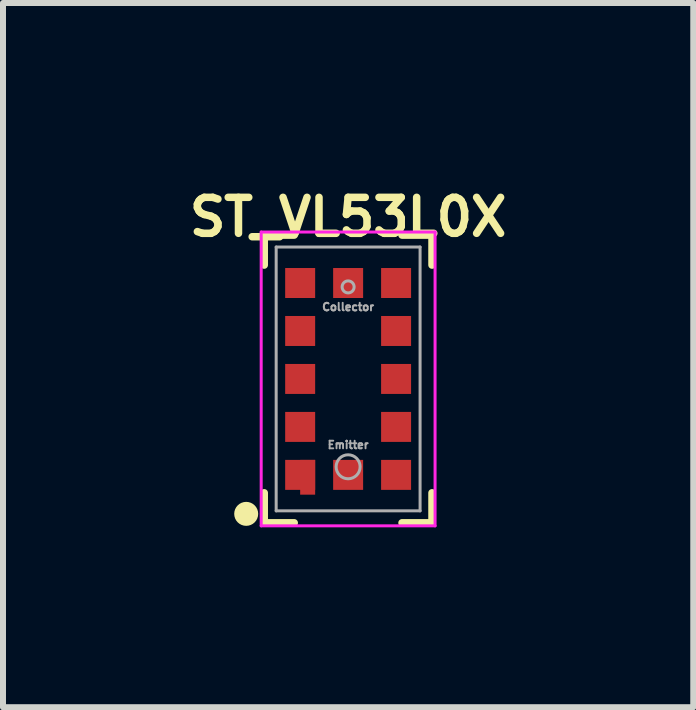
<source format=kicad_pcb>
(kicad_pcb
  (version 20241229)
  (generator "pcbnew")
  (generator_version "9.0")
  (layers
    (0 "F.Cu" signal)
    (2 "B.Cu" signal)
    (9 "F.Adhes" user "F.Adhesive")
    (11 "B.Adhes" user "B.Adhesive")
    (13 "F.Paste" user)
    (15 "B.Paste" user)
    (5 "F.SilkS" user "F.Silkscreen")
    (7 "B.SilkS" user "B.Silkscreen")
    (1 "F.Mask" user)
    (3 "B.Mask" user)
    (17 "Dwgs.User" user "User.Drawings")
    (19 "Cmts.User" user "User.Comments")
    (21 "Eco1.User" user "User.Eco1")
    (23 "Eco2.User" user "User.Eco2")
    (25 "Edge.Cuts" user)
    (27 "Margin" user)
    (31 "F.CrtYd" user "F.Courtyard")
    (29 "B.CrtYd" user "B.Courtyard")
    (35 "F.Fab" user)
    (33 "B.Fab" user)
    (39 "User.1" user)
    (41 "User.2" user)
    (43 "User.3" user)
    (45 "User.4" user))
  (footprint "ST_VL53L0X"
    (layer "F.Cu")
    (at 2.756 3.27)
    (property "Reference" "ST_VL53L0X" (at 0 -2.7 0) (layer "F.SilkS") (effects (font (size 0.6 0.6) (thickness 0.125))))
    (attr smd)
    (fp_line (start -1.4 -2.4) (end -1.4 -1.9) (stroke (width 0.127) (type solid)) (layer "F.SilkS"))
    (fp_line (start -1.4 1.9) (end -1.4 2.4) (stroke (width 0.127) (type solid)) (layer "F.SilkS"))
    (fp_line (start -1.4 2.4) (end -0.9 2.4) (stroke (width 0.127) (type solid)) (layer "F.SilkS"))
    (fp_line (start -0.9 -2.4) (end -1.4 -2.4) (stroke (width 0.127) (type solid)) (layer "F.SilkS"))
    (fp_line (start 0.9 -2.4) (end 1.4 -2.4) (stroke (width 0.127) (type solid)) (layer "F.SilkS"))
    (fp_line (start 0.9 2.4) (end 1.4 2.4) (stroke (width 0.127) (type solid)) (layer "F.SilkS"))
    (fp_line (start 1.4 -2.4) (end 1.4 -1.9) (stroke (width 0.127) (type solid)) (layer "F.SilkS"))
    (fp_line (start 1.4 2.4) (end 1.4 1.9) (stroke (width 0.127) (type solid)) (layer "F.SilkS"))
    (fp_circle (center -1.7 2.25) (end -1.6 2.25) (stroke (width 0.2) (type solid)) (fill no) (layer "F.SilkS"))
    (fp_line (start -1.45 -2.45) (end -1.45 2.45) (stroke (width 0.05) (type solid)) (layer "F.CrtYd"))
    (fp_line (start -1.45 -2.45) (end 1.45 -2.45) (stroke (width 0.05) (type solid)) (layer "F.CrtYd"))
    (fp_line (start -1.45 2.45) (end 1.45 2.45) (stroke (width 0.05) (type solid)) (layer "F.CrtYd"))
    (fp_line (start 1.45 2.45) (end 1.45 -2.45) (stroke (width 0.05) (type solid)) (layer "F.CrtYd"))
    (fp_line (start -1.2 -2.2) (end 1.2 -2.2) (stroke (width 0.05) (type solid)) (layer "F.Fab"))
    (fp_line (start -1.2 2.2) (end -1.2 -2.2) (stroke (width 0.05) (type solid)) (layer "F.Fab"))
    (fp_line (start 1.2 -2.2) (end 1.2 2.2) (stroke (width 0.05) (type solid)) (layer "F.Fab"))
    (fp_line (start 1.2 2.2) (end -1.2 2.2) (stroke (width 0.05) (type solid)) (layer "F.Fab"))
    (fp_circle (center 0 -1.535) (end 0.1 -1.535) (stroke (width 0.05) (type solid)) (fill no) (layer "F.Fab"))
    (fp_circle (center 0 1.465) (end 0.2 1.465) (stroke (width 0.05) (type solid)) (fill no) (layer "F.Fab"))
    (fp_text user "Collector" (at 0 -1.2 0) (layer "F.Fab") (effects (font (size 0.127 0.127) (thickness 0.032))))
    (fp_text user "Emitter" (at 0 1.1 0) (layer "F.Fab") (effects (font (size 0.127 0.127) (thickness 0.032))))
    (pad "1" smd rect (at -0.8 1.6) (size 0.5 0.5) (layers "F.Cu" "F.Mask" "F.Paste"))
    (pad "1" smd rect (at -0.675 1.64 90) (size 0.58 0.25) (layers "F.Cu" "F.Mask" "F.Paste"))
    (pad "2" smd rect (at -0.8 0.8) (size 0.5 0.5) (layers "F.Cu" "F.Mask" "F.Paste"))
    (pad "3" smd rect (at -0.8 0) (size 0.5 0.5) (layers "F.Cu" "F.Mask" "F.Paste"))
    (pad "4" smd rect (at -0.8 -0.8) (size 0.5 0.5) (layers "F.Cu" "F.Mask" "F.Paste"))
    (pad "5" smd rect (at -0.8 -1.6) (size 0.5 0.5) (layers "F.Cu" "F.Mask" "F.Paste"))
    (pad "6" smd rect (at 0 -1.6) (size 0.5 0.5) (layers "F.Cu" "F.Mask" "F.Paste"))
    (pad "7" smd rect (at 0.8 -1.6) (size 0.5 0.5) (layers "F.Cu" "F.Mask" "F.Paste"))
    (pad "8" smd rect (at 0.8 -0.8) (size 0.5 0.5) (layers "F.Cu" "F.Mask" "F.Paste"))
    (pad "9" smd rect (at 0.8 0) (size 0.5 0.5) (layers "F.Cu" "F.Mask" "F.Paste"))
    (pad "10" smd rect (at 0.8 0.8) (size 0.5 0.5) (layers "F.Cu" "F.Mask" "F.Paste"))
    (pad "11" smd rect (at 0.8 1.6) (size 0.5 0.5) (layers "F.Cu" "F.Mask" "F.Paste"))
    (pad "12" smd rect (at 0 1.6) (size 0.5 0.5) (layers "F.Cu" "F.Mask" "F.Paste")))
  (gr_rect
    (start -3 -3)
    (end 8.512 8.745)
    (stroke (width 0.1) (type default))
    (fill no)
    (layer "Edge.Cuts")))
</source>
